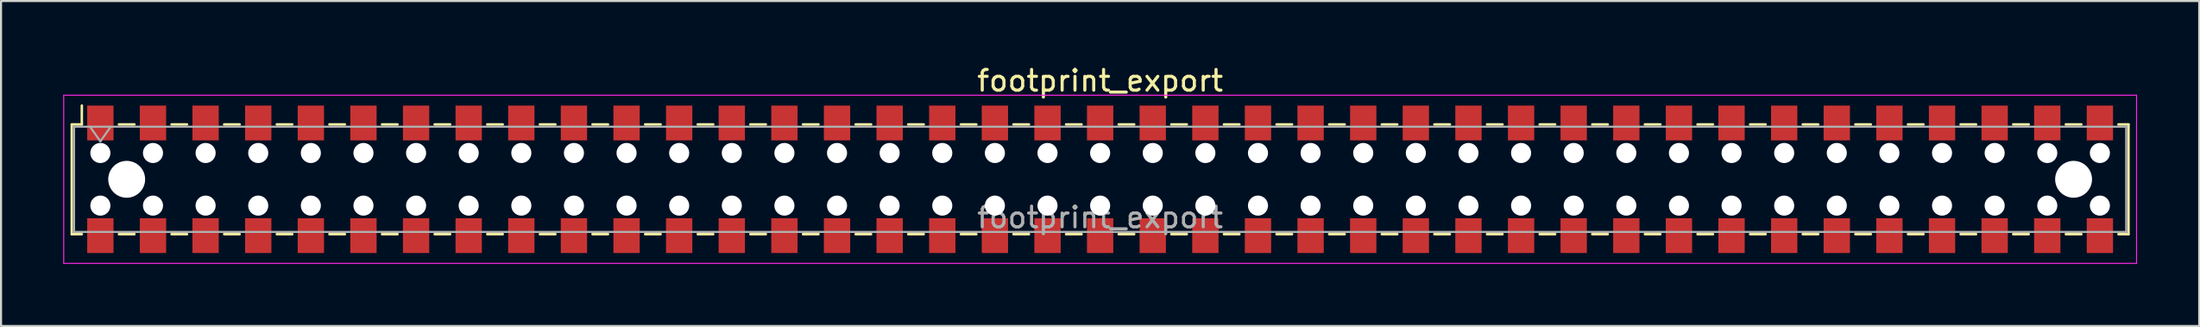
<source format=kicad_pcb>
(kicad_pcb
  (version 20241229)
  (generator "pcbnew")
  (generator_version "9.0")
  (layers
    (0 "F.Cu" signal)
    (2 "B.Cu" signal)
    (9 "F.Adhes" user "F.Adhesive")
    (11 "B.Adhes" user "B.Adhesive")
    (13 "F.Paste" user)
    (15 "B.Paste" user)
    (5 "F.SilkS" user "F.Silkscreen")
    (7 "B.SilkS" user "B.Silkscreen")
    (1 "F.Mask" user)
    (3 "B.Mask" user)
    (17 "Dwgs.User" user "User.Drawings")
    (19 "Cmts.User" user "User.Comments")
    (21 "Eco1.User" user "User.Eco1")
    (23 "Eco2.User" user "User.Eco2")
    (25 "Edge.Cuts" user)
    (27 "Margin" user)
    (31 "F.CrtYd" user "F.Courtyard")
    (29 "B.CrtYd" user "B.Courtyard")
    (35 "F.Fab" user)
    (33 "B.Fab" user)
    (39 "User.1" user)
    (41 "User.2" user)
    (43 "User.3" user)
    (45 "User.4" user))
  (footprint "footprint_export"
    (layer "F.Cu")
    (at 50.055 5.608)
    (property "Reference" "footprint_export" (at 0 -4.76 0) (layer "F.SilkS") (effects (font (size 1 1) (thickness 0.15))))
    (attr smd)
    (fp_line (start -49.64 -2.65) (end -49.64 2.65) (stroke (width 0.12) (type solid)) (layer "F.SilkS"))
    (fp_line (start -49.64 2.65) (end -49.155 2.65) (stroke (width 0.12) (type solid)) (layer "F.SilkS"))
    (fp_line (start -49.155 -3.56) (end -49.155 -2.65) (stroke (width 0.12) (type solid)) (layer "F.SilkS"))
    (fp_line (start -49.155 -2.65) (end -49.64 -2.65) (stroke (width 0.12) (type solid)) (layer "F.SilkS"))
    (fp_line (start -47.365 -2.65) (end -46.615 -2.65) (stroke (width 0.12) (type solid)) (layer "F.SilkS"))
    (fp_line (start -47.365 2.65) (end -46.615 2.65) (stroke (width 0.12) (type solid)) (layer "F.SilkS"))
    (fp_line (start -44.825 -2.65) (end -44.075 -2.65) (stroke (width 0.12) (type solid)) (layer "F.SilkS"))
    (fp_line (start -44.825 2.65) (end -44.075 2.65) (stroke (width 0.12) (type solid)) (layer "F.SilkS"))
    (fp_line (start -42.285 -2.65) (end -41.535 -2.65) (stroke (width 0.12) (type solid)) (layer "F.SilkS"))
    (fp_line (start -42.285 2.65) (end -41.535 2.65) (stroke (width 0.12) (type solid)) (layer "F.SilkS"))
    (fp_line (start -39.745 -2.65) (end -38.995 -2.65) (stroke (width 0.12) (type solid)) (layer "F.SilkS"))
    (fp_line (start -39.745 2.65) (end -38.995 2.65) (stroke (width 0.12) (type solid)) (layer "F.SilkS"))
    (fp_line (start -37.205 -2.65) (end -36.455 -2.65) (stroke (width 0.12) (type solid)) (layer "F.SilkS"))
    (fp_line (start -37.205 2.65) (end -36.455 2.65) (stroke (width 0.12) (type solid)) (layer "F.SilkS"))
    (fp_line (start -34.665 -2.65) (end -33.915 -2.65) (stroke (width 0.12) (type solid)) (layer "F.SilkS"))
    (fp_line (start -34.665 2.65) (end -33.915 2.65) (stroke (width 0.12) (type solid)) (layer "F.SilkS"))
    (fp_line (start -32.125 -2.65) (end -31.375 -2.65) (stroke (width 0.12) (type solid)) (layer "F.SilkS"))
    (fp_line (start -32.125 2.65) (end -31.375 2.65) (stroke (width 0.12) (type solid)) (layer "F.SilkS"))
    (fp_line (start -29.585 -2.65) (end -28.835 -2.65) (stroke (width 0.12) (type solid)) (layer "F.SilkS"))
    (fp_line (start -29.585 2.65) (end -28.835 2.65) (stroke (width 0.12) (type solid)) (layer "F.SilkS"))
    (fp_line (start -27.045 -2.65) (end -26.295 -2.65) (stroke (width 0.12) (type solid)) (layer "F.SilkS"))
    (fp_line (start -27.045 2.65) (end -26.295 2.65) (stroke (width 0.12) (type solid)) (layer "F.SilkS"))
    (fp_line (start -24.505 -2.65) (end -23.755 -2.65) (stroke (width 0.12) (type solid)) (layer "F.SilkS"))
    (fp_line (start -24.505 2.65) (end -23.755 2.65) (stroke (width 0.12) (type solid)) (layer "F.SilkS"))
    (fp_line (start -21.965 -2.65) (end -21.215 -2.65) (stroke (width 0.12) (type solid)) (layer "F.SilkS"))
    (fp_line (start -21.965 2.65) (end -21.215 2.65) (stroke (width 0.12) (type solid)) (layer "F.SilkS"))
    (fp_line (start -19.425 -2.65) (end -18.675 -2.65) (stroke (width 0.12) (type solid)) (layer "F.SilkS"))
    (fp_line (start -19.425 2.65) (end -18.675 2.65) (stroke (width 0.12) (type solid)) (layer "F.SilkS"))
    (fp_line (start -16.885 -2.65) (end -16.135 -2.65) (stroke (width 0.12) (type solid)) (layer "F.SilkS"))
    (fp_line (start -16.885 2.65) (end -16.135 2.65) (stroke (width 0.12) (type solid)) (layer "F.SilkS"))
    (fp_line (start -14.345 -2.65) (end -13.595 -2.65) (stroke (width 0.12) (type solid)) (layer "F.SilkS"))
    (fp_line (start -14.345 2.65) (end -13.595 2.65) (stroke (width 0.12) (type solid)) (layer "F.SilkS"))
    (fp_line (start -11.805 -2.65) (end -11.055 -2.65) (stroke (width 0.12) (type solid)) (layer "F.SilkS"))
    (fp_line (start -11.805 2.65) (end -11.055 2.65) (stroke (width 0.12) (type solid)) (layer "F.SilkS"))
    (fp_line (start -9.265 -2.65) (end -8.515 -2.65) (stroke (width 0.12) (type solid)) (layer "F.SilkS"))
    (fp_line (start -9.265 2.65) (end -8.515 2.65) (stroke (width 0.12) (type solid)) (layer "F.SilkS"))
    (fp_line (start -6.725 -2.65) (end -5.975 -2.65) (stroke (width 0.12) (type solid)) (layer "F.SilkS"))
    (fp_line (start -6.725 2.65) (end -5.975 2.65) (stroke (width 0.12) (type solid)) (layer "F.SilkS"))
    (fp_line (start -4.185 -2.65) (end -3.435 -2.65) (stroke (width 0.12) (type solid)) (layer "F.SilkS"))
    (fp_line (start -4.185 2.65) (end -3.435 2.65) (stroke (width 0.12) (type solid)) (layer "F.SilkS"))
    (fp_line (start -1.645 -2.65) (end -0.895 -2.65) (stroke (width 0.12) (type solid)) (layer "F.SilkS"))
    (fp_line (start -1.645 2.65) (end -0.895 2.65) (stroke (width 0.12) (type solid)) (layer "F.SilkS"))
    (fp_line (start 0.895 -2.65) (end 1.645 -2.65) (stroke (width 0.12) (type solid)) (layer "F.SilkS"))
    (fp_line (start 0.895 2.65) (end 1.645 2.65) (stroke (width 0.12) (type solid)) (layer "F.SilkS"))
    (fp_line (start 3.435 -2.65) (end 4.185 -2.65) (stroke (width 0.12) (type solid)) (layer "F.SilkS"))
    (fp_line (start 3.435 2.65) (end 4.185 2.65) (stroke (width 0.12) (type solid)) (layer "F.SilkS"))
    (fp_line (start 5.975 -2.65) (end 6.725 -2.65) (stroke (width 0.12) (type solid)) (layer "F.SilkS"))
    (fp_line (start 5.975 2.65) (end 6.725 2.65) (stroke (width 0.12) (type solid)) (layer "F.SilkS"))
    (fp_line (start 8.515 -2.65) (end 9.265 -2.65) (stroke (width 0.12) (type solid)) (layer "F.SilkS"))
    (fp_line (start 8.515 2.65) (end 9.265 2.65) (stroke (width 0.12) (type solid)) (layer "F.SilkS"))
    (fp_line (start 11.055 -2.65) (end 11.805 -2.65) (stroke (width 0.12) (type solid)) (layer "F.SilkS"))
    (fp_line (start 11.055 2.65) (end 11.805 2.65) (stroke (width 0.12) (type solid)) (layer "F.SilkS"))
    (fp_line (start 13.595 -2.65) (end 14.345 -2.65) (stroke (width 0.12) (type solid)) (layer "F.SilkS"))
    (fp_line (start 13.595 2.65) (end 14.345 2.65) (stroke (width 0.12) (type solid)) (layer "F.SilkS"))
    (fp_line (start 16.135 -2.65) (end 16.885 -2.65) (stroke (width 0.12) (type solid)) (layer "F.SilkS"))
    (fp_line (start 16.135 2.65) (end 16.885 2.65) (stroke (width 0.12) (type solid)) (layer "F.SilkS"))
    (fp_line (start 18.675 -2.65) (end 19.425 -2.65) (stroke (width 0.12) (type solid)) (layer "F.SilkS"))
    (fp_line (start 18.675 2.65) (end 19.425 2.65) (stroke (width 0.12) (type solid)) (layer "F.SilkS"))
    (fp_line (start 21.215 -2.65) (end 21.965 -2.65) (stroke (width 0.12) (type solid)) (layer "F.SilkS"))
    (fp_line (start 21.215 2.65) (end 21.965 2.65) (stroke (width 0.12) (type solid)) (layer "F.SilkS"))
    (fp_line (start 23.755 -2.65) (end 24.505 -2.65) (stroke (width 0.12) (type solid)) (layer "F.SilkS"))
    (fp_line (start 23.755 2.65) (end 24.505 2.65) (stroke (width 0.12) (type solid)) (layer "F.SilkS"))
    (fp_line (start 26.295 -2.65) (end 27.045 -2.65) (stroke (width 0.12) (type solid)) (layer "F.SilkS"))
    (fp_line (start 26.295 2.65) (end 27.045 2.65) (stroke (width 0.12) (type solid)) (layer "F.SilkS"))
    (fp_line (start 28.835 -2.65) (end 29.585 -2.65) (stroke (width 0.12) (type solid)) (layer "F.SilkS"))
    (fp_line (start 28.835 2.65) (end 29.585 2.65) (stroke (width 0.12) (type solid)) (layer "F.SilkS"))
    (fp_line (start 31.375 -2.65) (end 32.125 -2.65) (stroke (width 0.12) (type solid)) (layer "F.SilkS"))
    (fp_line (start 31.375 2.65) (end 32.125 2.65) (stroke (width 0.12) (type solid)) (layer "F.SilkS"))
    (fp_line (start 33.915 -2.65) (end 34.665 -2.65) (stroke (width 0.12) (type solid)) (layer "F.SilkS"))
    (fp_line (start 33.915 2.65) (end 34.665 2.65) (stroke (width 0.12) (type solid)) (layer "F.SilkS"))
    (fp_line (start 36.455 -2.65) (end 37.205 -2.65) (stroke (width 0.12) (type solid)) (layer "F.SilkS"))
    (fp_line (start 36.455 2.65) (end 37.205 2.65) (stroke (width 0.12) (type solid)) (layer "F.SilkS"))
    (fp_line (start 38.995 -2.65) (end 39.745 -2.65) (stroke (width 0.12) (type solid)) (layer "F.SilkS"))
    (fp_line (start 38.995 2.65) (end 39.745 2.65) (stroke (width 0.12) (type solid)) (layer "F.SilkS"))
    (fp_line (start 41.535 -2.65) (end 42.285 -2.65) (stroke (width 0.12) (type solid)) (layer "F.SilkS"))
    (fp_line (start 41.535 2.65) (end 42.285 2.65) (stroke (width 0.12) (type solid)) (layer "F.SilkS"))
    (fp_line (start 44.075 -2.65) (end 44.825 -2.65) (stroke (width 0.12) (type solid)) (layer "F.SilkS"))
    (fp_line (start 44.075 2.65) (end 44.825 2.65) (stroke (width 0.12) (type solid)) (layer "F.SilkS"))
    (fp_line (start 46.615 -2.65) (end 47.365 -2.65) (stroke (width 0.12) (type solid)) (layer "F.SilkS"))
    (fp_line (start 46.615 2.65) (end 47.365 2.65) (stroke (width 0.12) (type solid)) (layer "F.SilkS"))
    (fp_line (start 49.155 -2.65) (end 49.64 -2.65) (stroke (width 0.12) (type solid)) (layer "F.SilkS"))
    (fp_line (start 49.64 -2.65) (end 49.64 2.65) (stroke (width 0.12) (type solid)) (layer "F.SilkS"))
    (fp_line (start 49.64 2.65) (end 49.155 2.65) (stroke (width 0.12) (type solid)) (layer "F.SilkS"))
    (fp_line (start -50.03 -4.06) (end 50.03 -4.06) (stroke (width 0.05) (type solid)) (layer "F.CrtYd"))
    (fp_line (start -50.03 4.06) (end -50.03 -4.06) (stroke (width 0.05) (type solid)) (layer "F.CrtYd"))
    (fp_line (start 50.03 -4.06) (end 50.03 4.06) (stroke (width 0.05) (type solid)) (layer "F.CrtYd"))
    (fp_line (start 50.03 4.06) (end -50.03 4.06) (stroke (width 0.05) (type solid)) (layer "F.CrtYd"))
    (fp_line (start -49.53 -2.54) (end 49.53 -2.54) (stroke (width 0.1) (type solid)) (layer "F.Fab"))
    (fp_line (start -49.53 2.54) (end -49.53 -2.54) (stroke (width 0.1) (type solid)) (layer "F.Fab"))
    (fp_line (start -48.76 -2.54) (end -48.26 -1.833) (stroke (width 0.1) (type solid)) (layer "F.Fab"))
    (fp_line (start -48.26 -1.833) (end -47.76 -2.54) (stroke (width 0.1) (type solid)) (layer "F.Fab"))
    (fp_line (start 49.53 -2.54) (end 49.53 2.54) (stroke (width 0.1) (type solid)) (layer "F.Fab"))
    (fp_line (start 49.53 2.54) (end -49.53 2.54) (stroke (width 0.1) (type solid)) (layer "F.Fab"))
    (fp_text user "${REFERENCE}" (at 0 1.84 0) (layer "F.Fab") (effects (font (size 1 1) (thickness 0.15))))
    (pad "" np_thru_hole circle (at -48.26 -1.27) (size 0.97 0.97) (drill 0.97) (layers "*.Cu" "*.Mask"))
    (pad "" np_thru_hole circle (at -48.26 1.27) (size 0.97 0.97) (drill 0.97) (layers "*.Cu" "*.Mask"))
    (pad "" np_thru_hole circle (at -46.99 0) (size 1.78 1.78) (drill 1.78) (layers "*.Cu" "*.Mask"))
    (pad "" np_thru_hole circle (at -45.72 -1.27) (size 0.97 0.97) (drill 0.97) (layers "*.Cu" "*.Mask"))
    (pad "" np_thru_hole circle (at -45.72 1.27) (size 0.97 0.97) (drill 0.97) (layers "*.Cu" "*.Mask"))
    (pad "" np_thru_hole circle (at -43.18 -1.27) (size 0.97 0.97) (drill 0.97) (layers "*.Cu" "*.Mask"))
    (pad "" np_thru_hole circle (at -43.18 1.27) (size 0.97 0.97) (drill 0.97) (layers "*.Cu" "*.Mask"))
    (pad "" np_thru_hole circle (at -40.64 -1.27) (size 0.97 0.97) (drill 0.97) (layers "*.Cu" "*.Mask"))
    (pad "" np_thru_hole circle (at -40.64 1.27) (size 0.97 0.97) (drill 0.97) (layers "*.Cu" "*.Mask"))
    (pad "" np_thru_hole circle (at -38.1 -1.27) (size 0.97 0.97) (drill 0.97) (layers "*.Cu" "*.Mask"))
    (pad "" np_thru_hole circle (at -38.1 1.27) (size 0.97 0.97) (drill 0.97) (layers "*.Cu" "*.Mask"))
    (pad "" np_thru_hole circle (at -35.56 -1.27) (size 0.97 0.97) (drill 0.97) (layers "*.Cu" "*.Mask"))
    (pad "" np_thru_hole circle (at -35.56 1.27) (size 0.97 0.97) (drill 0.97) (layers "*.Cu" "*.Mask"))
    (pad "" np_thru_hole circle (at -33.02 -1.27) (size 0.97 0.97) (drill 0.97) (layers "*.Cu" "*.Mask"))
    (pad "" np_thru_hole circle (at -33.02 1.27) (size 0.97 0.97) (drill 0.97) (layers "*.Cu" "*.Mask"))
    (pad "" np_thru_hole circle (at -30.48 -1.27) (size 0.97 0.97) (drill 0.97) (layers "*.Cu" "*.Mask"))
    (pad "" np_thru_hole circle (at -30.48 1.27) (size 0.97 0.97) (drill 0.97) (layers "*.Cu" "*.Mask"))
    (pad "" np_thru_hole circle (at -27.94 -1.27) (size 0.97 0.97) (drill 0.97) (layers "*.Cu" "*.Mask"))
    (pad "" np_thru_hole circle (at -27.94 1.27) (size 0.97 0.97) (drill 0.97) (layers "*.Cu" "*.Mask"))
    (pad "" np_thru_hole circle (at -25.4 -1.27) (size 0.97 0.97) (drill 0.97) (layers "*.Cu" "*.Mask"))
    (pad "" np_thru_hole circle (at -25.4 1.27) (size 0.97 0.97) (drill 0.97) (layers "*.Cu" "*.Mask"))
    (pad "" np_thru_hole circle (at -22.86 -1.27) (size 0.97 0.97) (drill 0.97) (layers "*.Cu" "*.Mask"))
    (pad "" np_thru_hole circle (at -22.86 1.27) (size 0.97 0.97) (drill 0.97) (layers "*.Cu" "*.Mask"))
    (pad "" np_thru_hole circle (at -20.32 -1.27) (size 0.97 0.97) (drill 0.97) (layers "*.Cu" "*.Mask"))
    (pad "" np_thru_hole circle (at -20.32 1.27) (size 0.97 0.97) (drill 0.97) (layers "*.Cu" "*.Mask"))
    (pad "" np_thru_hole circle (at -17.78 -1.27) (size 0.97 0.97) (drill 0.97) (layers "*.Cu" "*.Mask"))
    (pad "" np_thru_hole circle (at -17.78 1.27) (size 0.97 0.97) (drill 0.97) (layers "*.Cu" "*.Mask"))
    (pad "" np_thru_hole circle (at -15.24 -1.27) (size 0.97 0.97) (drill 0.97) (layers "*.Cu" "*.Mask"))
    (pad "" np_thru_hole circle (at -15.24 1.27) (size 0.97 0.97) (drill 0.97) (layers "*.Cu" "*.Mask"))
    (pad "" np_thru_hole circle (at -12.7 -1.27) (size 0.97 0.97) (drill 0.97) (layers "*.Cu" "*.Mask"))
    (pad "" np_thru_hole circle (at -12.7 1.27) (size 0.97 0.97) (drill 0.97) (layers "*.Cu" "*.Mask"))
    (pad "" np_thru_hole circle (at -10.16 -1.27) (size 0.97 0.97) (drill 0.97) (layers "*.Cu" "*.Mask"))
    (pad "" np_thru_hole circle (at -10.16 1.27) (size 0.97 0.97) (drill 0.97) (layers "*.Cu" "*.Mask"))
    (pad "" np_thru_hole circle (at -7.62 -1.27) (size 0.97 0.97) (drill 0.97) (layers "*.Cu" "*.Mask"))
    (pad "" np_thru_hole circle (at -7.62 1.27) (size 0.97 0.97) (drill 0.97) (layers "*.Cu" "*.Mask"))
    (pad "" np_thru_hole circle (at -5.08 -1.27) (size 0.97 0.97) (drill 0.97) (layers "*.Cu" "*.Mask"))
    (pad "" np_thru_hole circle (at -5.08 1.27) (size 0.97 0.97) (drill 0.97) (layers "*.Cu" "*.Mask"))
    (pad "" np_thru_hole circle (at -2.54 -1.27) (size 0.97 0.97) (drill 0.97) (layers "*.Cu" "*.Mask"))
    (pad "" np_thru_hole circle (at -2.54 1.27) (size 0.97 0.97) (drill 0.97) (layers "*.Cu" "*.Mask"))
    (pad "" np_thru_hole circle (at 0 -1.27) (size 0.97 0.97) (drill 0.97) (layers "*.Cu" "*.Mask"))
    (pad "" np_thru_hole circle (at 0 1.27) (size 0.97 0.97) (drill 0.97) (layers "*.Cu" "*.Mask"))
    (pad "" np_thru_hole circle (at 2.54 -1.27) (size 0.97 0.97) (drill 0.97) (layers "*.Cu" "*.Mask"))
    (pad "" np_thru_hole circle (at 2.54 1.27) (size 0.97 0.97) (drill 0.97) (layers "*.Cu" "*.Mask"))
    (pad "" np_thru_hole circle (at 5.08 -1.27) (size 0.97 0.97) (drill 0.97) (layers "*.Cu" "*.Mask"))
    (pad "" np_thru_hole circle (at 5.08 1.27) (size 0.97 0.97) (drill 0.97) (layers "*.Cu" "*.Mask"))
    (pad "" np_thru_hole circle (at 7.62 -1.27) (size 0.97 0.97) (drill 0.97) (layers "*.Cu" "*.Mask"))
    (pad "" np_thru_hole circle (at 7.62 1.27) (size 0.97 0.97) (drill 0.97) (layers "*.Cu" "*.Mask"))
    (pad "" np_thru_hole circle (at 10.16 -1.27) (size 0.97 0.97) (drill 0.97) (layers "*.Cu" "*.Mask"))
    (pad "" np_thru_hole circle (at 10.16 1.27) (size 0.97 0.97) (drill 0.97) (layers "*.Cu" "*.Mask"))
    (pad "" np_thru_hole circle (at 12.7 -1.27) (size 0.97 0.97) (drill 0.97) (layers "*.Cu" "*.Mask"))
    (pad "" np_thru_hole circle (at 12.7 1.27) (size 0.97 0.97) (drill 0.97) (layers "*.Cu" "*.Mask"))
    (pad "" np_thru_hole circle (at 15.24 -1.27) (size 0.97 0.97) (drill 0.97) (layers "*.Cu" "*.Mask"))
    (pad "" np_thru_hole circle (at 15.24 1.27) (size 0.97 0.97) (drill 0.97) (layers "*.Cu" "*.Mask"))
    (pad "" np_thru_hole circle (at 17.78 -1.27) (size 0.97 0.97) (drill 0.97) (layers "*.Cu" "*.Mask"))
    (pad "" np_thru_hole circle (at 17.78 1.27) (size 0.97 0.97) (drill 0.97) (layers "*.Cu" "*.Mask"))
    (pad "" np_thru_hole circle (at 20.32 -1.27) (size 0.97 0.97) (drill 0.97) (layers "*.Cu" "*.Mask"))
    (pad "" np_thru_hole circle (at 20.32 1.27) (size 0.97 0.97) (drill 0.97) (layers "*.Cu" "*.Mask"))
    (pad "" np_thru_hole circle (at 22.86 -1.27) (size 0.97 0.97) (drill 0.97) (layers "*.Cu" "*.Mask"))
    (pad "" np_thru_hole circle (at 22.86 1.27) (size 0.97 0.97) (drill 0.97) (layers "*.Cu" "*.Mask"))
    (pad "" np_thru_hole circle (at 25.4 -1.27) (size 0.97 0.97) (drill 0.97) (layers "*.Cu" "*.Mask"))
    (pad "" np_thru_hole circle (at 25.4 1.27) (size 0.97 0.97) (drill 0.97) (layers "*.Cu" "*.Mask"))
    (pad "" np_thru_hole circle (at 27.94 -1.27) (size 0.97 0.97) (drill 0.97) (layers "*.Cu" "*.Mask"))
    (pad "" np_thru_hole circle (at 27.94 1.27) (size 0.97 0.97) (drill 0.97) (layers "*.Cu" "*.Mask"))
    (pad "" np_thru_hole circle (at 30.48 -1.27) (size 0.97 0.97) (drill 0.97) (layers "*.Cu" "*.Mask"))
    (pad "" np_thru_hole circle (at 30.48 1.27) (size 0.97 0.97) (drill 0.97) (layers "*.Cu" "*.Mask"))
    (pad "" np_thru_hole circle (at 33.02 -1.27) (size 0.97 0.97) (drill 0.97) (layers "*.Cu" "*.Mask"))
    (pad "" np_thru_hole circle (at 33.02 1.27) (size 0.97 0.97) (drill 0.97) (layers "*.Cu" "*.Mask"))
    (pad "" np_thru_hole circle (at 35.56 -1.27) (size 0.97 0.97) (drill 0.97) (layers "*.Cu" "*.Mask"))
    (pad "" np_thru_hole circle (at 35.56 1.27) (size 0.97 0.97) (drill 0.97) (layers "*.Cu" "*.Mask"))
    (pad "" np_thru_hole circle (at 38.1 -1.27) (size 0.97 0.97) (drill 0.97) (layers "*.Cu" "*.Mask"))
    (pad "" np_thru_hole circle (at 38.1 1.27) (size 0.97 0.97) (drill 0.97) (layers "*.Cu" "*.Mask"))
    (pad "" np_thru_hole circle (at 40.64 -1.27) (size 0.97 0.97) (drill 0.97) (layers "*.Cu" "*.Mask"))
    (pad "" np_thru_hole circle (at 40.64 1.27) (size 0.97 0.97) (drill 0.97) (layers "*.Cu" "*.Mask"))
    (pad "" np_thru_hole circle (at 43.18 -1.27) (size 0.97 0.97) (drill 0.97) (layers "*.Cu" "*.Mask"))
    (pad "" np_thru_hole circle (at 43.18 1.27) (size 0.97 0.97) (drill 0.97) (layers "*.Cu" "*.Mask"))
    (pad "" np_thru_hole circle (at 45.72 -1.27) (size 0.97 0.97) (drill 0.97) (layers "*.Cu" "*.Mask"))
    (pad "" np_thru_hole circle (at 45.72 1.27) (size 0.97 0.97) (drill 0.97) (layers "*.Cu" "*.Mask"))
    (pad "" np_thru_hole circle (at 46.99 0) (size 1.78 1.78) (drill 1.78) (layers "*.Cu" "*.Mask"))
    (pad "" np_thru_hole circle (at 48.26 -1.27) (size 0.97 0.97) (drill 0.97) (layers "*.Cu" "*.Mask"))
    (pad "" np_thru_hole circle (at 48.26 1.27) (size 0.97 0.97) (drill 0.97) (layers "*.Cu" "*.Mask"))
    (pad "1" smd rect (at -48.26 -2.72) (size 1.27 1.68) (layers "F.Cu" "F.Mask" "F.Paste"))
    (pad "2" smd rect (at -48.26 2.72) (size 1.27 1.68) (layers "F.Cu" "F.Mask" "F.Paste"))
    (pad "3" smd rect (at -45.72 -2.72) (size 1.27 1.68) (layers "F.Cu" "F.Mask" "F.Paste"))
    (pad "4" smd rect (at -45.72 2.72) (size 1.27 1.68) (layers "F.Cu" "F.Mask" "F.Paste"))
    (pad "5" smd rect (at -43.18 -2.72) (size 1.27 1.68) (layers "F.Cu" "F.Mask" "F.Paste"))
    (pad "6" smd rect (at -43.18 2.72) (size 1.27 1.68) (layers "F.Cu" "F.Mask" "F.Paste"))
    (pad "7" smd rect (at -40.64 -2.72) (size 1.27 1.68) (layers "F.Cu" "F.Mask" "F.Paste"))
    (pad "8" smd rect (at -40.64 2.72) (size 1.27 1.68) (layers "F.Cu" "F.Mask" "F.Paste"))
    (pad "9" smd rect (at -38.1 -2.72) (size 1.27 1.68) (layers "F.Cu" "F.Mask" "F.Paste"))
    (pad "10" smd rect (at -38.1 2.72) (size 1.27 1.68) (layers "F.Cu" "F.Mask" "F.Paste"))
    (pad "11" smd rect (at -35.56 -2.72) (size 1.27 1.68) (layers "F.Cu" "F.Mask" "F.Paste"))
    (pad "12" smd rect (at -35.56 2.72) (size 1.27 1.68) (layers "F.Cu" "F.Mask" "F.Paste"))
    (pad "13" smd rect (at -33.02 -2.72) (size 1.27 1.68) (layers "F.Cu" "F.Mask" "F.Paste"))
    (pad "14" smd rect (at -33.02 2.72) (size 1.27 1.68) (layers "F.Cu" "F.Mask" "F.Paste"))
    (pad "15" smd rect (at -30.48 -2.72) (size 1.27 1.68) (layers "F.Cu" "F.Mask" "F.Paste"))
    (pad "16" smd rect (at -30.48 2.72) (size 1.27 1.68) (layers "F.Cu" "F.Mask" "F.Paste"))
    (pad "17" smd rect (at -27.94 -2.72) (size 1.27 1.68) (layers "F.Cu" "F.Mask" "F.Paste"))
    (pad "18" smd rect (at -27.94 2.72) (size 1.27 1.68) (layers "F.Cu" "F.Mask" "F.Paste"))
    (pad "19" smd rect (at -25.4 -2.72) (size 1.27 1.68) (layers "F.Cu" "F.Mask" "F.Paste"))
    (pad "20" smd rect (at -25.4 2.72) (size 1.27 1.68) (layers "F.Cu" "F.Mask" "F.Paste"))
    (pad "21" smd rect (at -22.86 -2.72) (size 1.27 1.68) (layers "F.Cu" "F.Mask" "F.Paste"))
    (pad "22" smd rect (at -22.86 2.72) (size 1.27 1.68) (layers "F.Cu" "F.Mask" "F.Paste"))
    (pad "23" smd rect (at -20.32 -2.72) (size 1.27 1.68) (layers "F.Cu" "F.Mask" "F.Paste"))
    (pad "24" smd rect (at -20.32 2.72) (size 1.27 1.68) (layers "F.Cu" "F.Mask" "F.Paste"))
    (pad "25" smd rect (at -17.78 -2.72) (size 1.27 1.68) (layers "F.Cu" "F.Mask" "F.Paste"))
    (pad "26" smd rect (at -17.78 2.72) (size 1.27 1.68) (layers "F.Cu" "F.Mask" "F.Paste"))
    (pad "27" smd rect (at -15.24 -2.72) (size 1.27 1.68) (layers "F.Cu" "F.Mask" "F.Paste"))
    (pad "28" smd rect (at -15.24 2.72) (size 1.27 1.68) (layers "F.Cu" "F.Mask" "F.Paste"))
    (pad "29" smd rect (at -12.7 -2.72) (size 1.27 1.68) (layers "F.Cu" "F.Mask" "F.Paste"))
    (pad "30" smd rect (at -12.7 2.72) (size 1.27 1.68) (layers "F.Cu" "F.Mask" "F.Paste"))
    (pad "31" smd rect (at -10.16 -2.72) (size 1.27 1.68) (layers "F.Cu" "F.Mask" "F.Paste"))
    (pad "32" smd rect (at -10.16 2.72) (size 1.27 1.68) (layers "F.Cu" "F.Mask" "F.Paste"))
    (pad "33" smd rect (at -7.62 -2.72) (size 1.27 1.68) (layers "F.Cu" "F.Mask" "F.Paste"))
    (pad "34" smd rect (at -7.62 2.72) (size 1.27 1.68) (layers "F.Cu" "F.Mask" "F.Paste"))
    (pad "35" smd rect (at -5.08 -2.72) (size 1.27 1.68) (layers "F.Cu" "F.Mask" "F.Paste"))
    (pad "36" smd rect (at -5.08 2.72) (size 1.27 1.68) (layers "F.Cu" "F.Mask" "F.Paste"))
    (pad "37" smd rect (at -2.54 -2.72) (size 1.27 1.68) (layers "F.Cu" "F.Mask" "F.Paste"))
    (pad "38" smd rect (at -2.54 2.72) (size 1.27 1.68) (layers "F.Cu" "F.Mask" "F.Paste"))
    (pad "39" smd rect (at 0 -2.72) (size 1.27 1.68) (layers "F.Cu" "F.Mask" "F.Paste"))
    (pad "40" smd rect (at 0 2.72) (size 1.27 1.68) (layers "F.Cu" "F.Mask" "F.Paste"))
    (pad "41" smd rect (at 2.54 -2.72) (size 1.27 1.68) (layers "F.Cu" "F.Mask" "F.Paste"))
    (pad "42" smd rect (at 2.54 2.72) (size 1.27 1.68) (layers "F.Cu" "F.Mask" "F.Paste"))
    (pad "43" smd rect (at 5.08 -2.72) (size 1.27 1.68) (layers "F.Cu" "F.Mask" "F.Paste"))
    (pad "44" smd rect (at 5.08 2.72) (size 1.27 1.68) (layers "F.Cu" "F.Mask" "F.Paste"))
    (pad "45" smd rect (at 7.62 -2.72) (size 1.27 1.68) (layers "F.Cu" "F.Mask" "F.Paste"))
    (pad "46" smd rect (at 7.62 2.72) (size 1.27 1.68) (layers "F.Cu" "F.Mask" "F.Paste"))
    (pad "47" smd rect (at 10.16 -2.72) (size 1.27 1.68) (layers "F.Cu" "F.Mask" "F.Paste"))
    (pad "48" smd rect (at 10.16 2.72) (size 1.27 1.68) (layers "F.Cu" "F.Mask" "F.Paste"))
    (pad "49" smd rect (at 12.7 -2.72) (size 1.27 1.68) (layers "F.Cu" "F.Mask" "F.Paste"))
    (pad "50" smd rect (at 12.7 2.72) (size 1.27 1.68) (layers "F.Cu" "F.Mask" "F.Paste"))
    (pad "51" smd rect (at 15.24 -2.72) (size 1.27 1.68) (layers "F.Cu" "F.Mask" "F.Paste"))
    (pad "52" smd rect (at 15.24 2.72) (size 1.27 1.68) (layers "F.Cu" "F.Mask" "F.Paste"))
    (pad "53" smd rect (at 17.78 -2.72) (size 1.27 1.68) (layers "F.Cu" "F.Mask" "F.Paste"))
    (pad "54" smd rect (at 17.78 2.72) (size 1.27 1.68) (layers "F.Cu" "F.Mask" "F.Paste"))
    (pad "55" smd rect (at 20.32 -2.72) (size 1.27 1.68) (layers "F.Cu" "F.Mask" "F.Paste"))
    (pad "56" smd rect (at 20.32 2.72) (size 1.27 1.68) (layers "F.Cu" "F.Mask" "F.Paste"))
    (pad "57" smd rect (at 22.86 -2.72) (size 1.27 1.68) (layers "F.Cu" "F.Mask" "F.Paste"))
    (pad "58" smd rect (at 22.86 2.72) (size 1.27 1.68) (layers "F.Cu" "F.Mask" "F.Paste"))
    (pad "59" smd rect (at 25.4 -2.72) (size 1.27 1.68) (layers "F.Cu" "F.Mask" "F.Paste"))
    (pad "60" smd rect (at 25.4 2.72) (size 1.27 1.68) (layers "F.Cu" "F.Mask" "F.Paste"))
    (pad "61" smd rect (at 27.94 -2.72) (size 1.27 1.68) (layers "F.Cu" "F.Mask" "F.Paste"))
    (pad "62" smd rect (at 27.94 2.72) (size 1.27 1.68) (layers "F.Cu" "F.Mask" "F.Paste"))
    (pad "63" smd rect (at 30.48 -2.72) (size 1.27 1.68) (layers "F.Cu" "F.Mask" "F.Paste"))
    (pad "64" smd rect (at 30.48 2.72) (size 1.27 1.68) (layers "F.Cu" "F.Mask" "F.Paste"))
    (pad "65" smd rect (at 33.02 -2.72) (size 1.27 1.68) (layers "F.Cu" "F.Mask" "F.Paste"))
    (pad "66" smd rect (at 33.02 2.72) (size 1.27 1.68) (layers "F.Cu" "F.Mask" "F.Paste"))
    (pad "67" smd rect (at 35.56 -2.72) (size 1.27 1.68) (layers "F.Cu" "F.Mask" "F.Paste"))
    (pad "68" smd rect (at 35.56 2.72) (size 1.27 1.68) (layers "F.Cu" "F.Mask" "F.Paste"))
    (pad "69" smd rect (at 38.1 -2.72) (size 1.27 1.68) (layers "F.Cu" "F.Mask" "F.Paste"))
    (pad "70" smd rect (at 38.1 2.72) (size 1.27 1.68) (layers "F.Cu" "F.Mask" "F.Paste"))
    (pad "71" smd rect (at 40.64 -2.72) (size 1.27 1.68) (layers "F.Cu" "F.Mask" "F.Paste"))
    (pad "72" smd rect (at 40.64 2.72) (size 1.27 1.68) (layers "F.Cu" "F.Mask" "F.Paste"))
    (pad "73" smd rect (at 43.18 -2.72) (size 1.27 1.68) (layers "F.Cu" "F.Mask" "F.Paste"))
    (pad "74" smd rect (at 43.18 2.72) (size 1.27 1.68) (layers "F.Cu" "F.Mask" "F.Paste"))
    (pad "75" smd rect (at 45.72 -2.72) (size 1.27 1.68) (layers "F.Cu" "F.Mask" "F.Paste"))
    (pad "76" smd rect (at 45.72 2.72) (size 1.27 1.68) (layers "F.Cu" "F.Mask" "F.Paste"))
    (pad "77" smd rect (at 48.26 -2.72) (size 1.27 1.68) (layers "F.Cu" "F.Mask" "F.Paste"))
    (pad "78" smd rect (at 48.26 2.72) (size 1.27 1.68) (layers "F.Cu" "F.Mask" "F.Paste")))
  (gr_rect
    (start -3 -3)
    (end 103.11 12.693)
    (stroke (width 0.1) (type default))
    (fill no)
    (layer "Edge.Cuts")))
</source>
